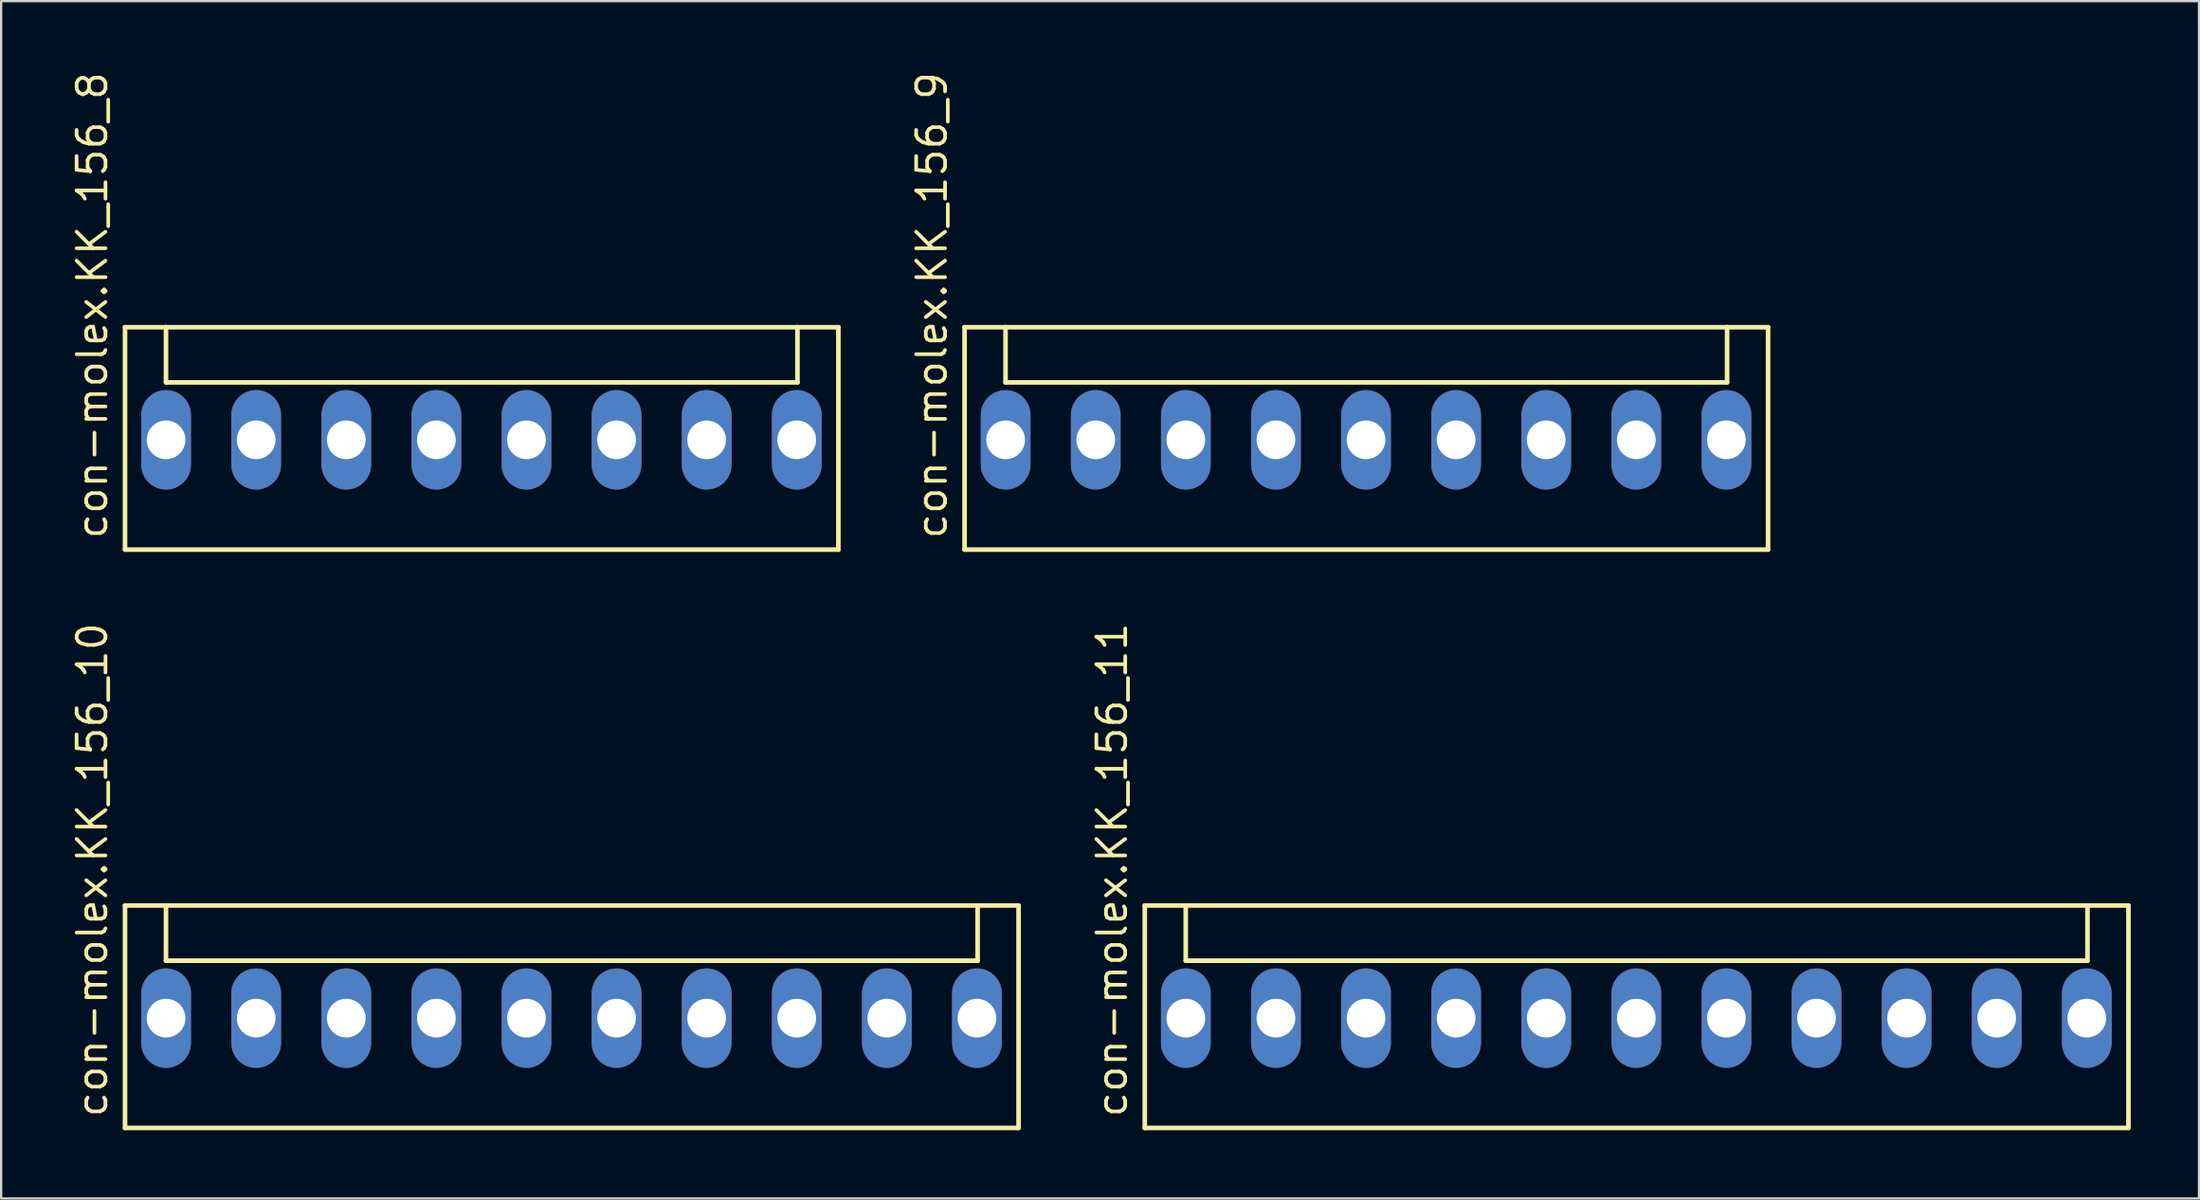
<source format=kicad_pcb>
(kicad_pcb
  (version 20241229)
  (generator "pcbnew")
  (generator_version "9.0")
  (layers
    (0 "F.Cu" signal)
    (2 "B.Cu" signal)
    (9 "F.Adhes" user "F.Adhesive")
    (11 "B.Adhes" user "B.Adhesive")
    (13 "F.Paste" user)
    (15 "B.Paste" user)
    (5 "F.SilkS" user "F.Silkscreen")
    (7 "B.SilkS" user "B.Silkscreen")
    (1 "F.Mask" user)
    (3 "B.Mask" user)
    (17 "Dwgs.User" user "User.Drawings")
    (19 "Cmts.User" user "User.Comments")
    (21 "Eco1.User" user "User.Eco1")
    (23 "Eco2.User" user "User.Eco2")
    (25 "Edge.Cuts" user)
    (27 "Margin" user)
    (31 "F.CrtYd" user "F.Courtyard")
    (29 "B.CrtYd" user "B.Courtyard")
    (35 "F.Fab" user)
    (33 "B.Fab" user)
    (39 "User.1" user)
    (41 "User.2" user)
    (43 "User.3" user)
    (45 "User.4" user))
  (footprint "con-molex.KK_156_8"
    (layer "F.Cu")
    (at 18.11 16.282)
    (property "Reference" "con-molex.KK_156_8" (at -16.36 4.445 90) (layer "F.SilkS") (effects (font (size 1.27 1.27) (thickness 0.16)) (justify left bottom)))
    (attr through_hole)
    (fp_line (start -15.665 -4.95) (end -15.665 4.825) (stroke (width 0.203) (type default)) (layer "F.SilkS"))
    (fp_line (start -15.665 4.825) (end 15.69 4.825) (stroke (width 0.203) (type default)) (layer "F.SilkS"))
    (fp_line (start -13.865 -4.95) (end -15.665 -4.95) (stroke (width 0.203) (type default)) (layer "F.SilkS"))
    (fp_line (start -13.865 -2.525) (end -13.865 -4.95) (stroke (width 0.203) (type default)) (layer "F.SilkS"))
    (fp_line (start -13.865 -2.525) (end 13.89 -2.525) (stroke (width 0.203) (type default)) (layer "F.SilkS"))
    (fp_line (start 13.89 -4.95) (end -13.865 -4.95) (stroke (width 0.203) (type default)) (layer "F.SilkS"))
    (fp_line (start 13.89 -2.525) (end 13.89 -4.95) (stroke (width 0.203) (type default)) (layer "F.SilkS"))
    (fp_line (start 15.69 -4.95) (end 13.89 -4.95) (stroke (width 0.203) (type default)) (layer "F.SilkS"))
    (fp_line (start 15.69 4.825) (end 15.69 -4.95) (stroke (width 0.203) (type default)) (layer "F.SilkS"))
    (pad "1" thru_hole oval (at -13.86 0 90) (size 4.369 2.184) (drill 1.7) (layers "*.Cu" "*.Mask"))
    (pad "2" thru_hole oval (at -9.9 0 90) (size 4.369 2.184) (drill 1.7) (layers "*.Cu" "*.Mask"))
    (pad "3" thru_hole oval (at -5.94 0 90) (size 4.369 2.184) (drill 1.7) (layers "*.Cu" "*.Mask"))
    (pad "4" thru_hole oval (at -1.98 0 90) (size 4.369 2.184) (drill 1.7) (layers "*.Cu" "*.Mask"))
    (pad "5" thru_hole oval (at 1.98 0 90) (size 4.369 2.184) (drill 1.7) (layers "*.Cu" "*.Mask"))
    (pad "6" thru_hole oval (at 5.94 0 90) (size 4.369 2.184) (drill 1.7) (layers "*.Cu" "*.Mask"))
    (pad "7" thru_hole oval (at 9.9 0 90) (size 4.369 2.184) (drill 1.7) (layers "*.Cu" "*.Mask"))
    (pad "8" thru_hole oval (at 13.86 0 90) (size 4.369 2.184) (drill 1.7) (layers "*.Cu" "*.Mask")))
  (footprint "con-molex.KK_156_11"
    (layer "F.Cu")
    (at 68.872 41.701)
    (property "Reference" "con-molex.KK_156_11" (at -22.3 4.445 90) (layer "F.SilkS") (effects (font (size 1.27 1.27) (thickness 0.16)) (justify left bottom)))
    (attr through_hole)
    (fp_line (start -21.605 -4.95) (end -21.605 4.825) (stroke (width 0.203) (type default)) (layer "F.SilkS"))
    (fp_line (start -21.605 4.825) (end 21.63 4.825) (stroke (width 0.203) (type default)) (layer "F.SilkS"))
    (fp_line (start -19.805 -4.95) (end -21.605 -4.95) (stroke (width 0.203) (type default)) (layer "F.SilkS"))
    (fp_line (start -19.805 -2.525) (end -19.805 -4.95) (stroke (width 0.203) (type default)) (layer "F.SilkS"))
    (fp_line (start -19.805 -2.525) (end 19.83 -2.525) (stroke (width 0.203) (type default)) (layer "F.SilkS"))
    (fp_line (start 19.83 -4.95) (end -19.805 -4.95) (stroke (width 0.203) (type default)) (layer "F.SilkS"))
    (fp_line (start 19.83 -2.525) (end 19.83 -4.95) (stroke (width 0.203) (type default)) (layer "F.SilkS"))
    (fp_line (start 21.63 -4.95) (end 19.83 -4.95) (stroke (width 0.203) (type default)) (layer "F.SilkS"))
    (fp_line (start 21.63 4.825) (end 21.63 -4.95) (stroke (width 0.203) (type default)) (layer "F.SilkS"))
    (pad "1" thru_hole oval (at -19.8 0 90) (size 4.369 2.184) (drill 1.7) (layers "*.Cu" "*.Mask"))
    (pad "2" thru_hole oval (at -15.84 0 90) (size 4.369 2.184) (drill 1.7) (layers "*.Cu" "*.Mask"))
    (pad "3" thru_hole oval (at -11.88 0 90) (size 4.369 2.184) (drill 1.7) (layers "*.Cu" "*.Mask"))
    (pad "4" thru_hole oval (at -7.92 0 90) (size 4.369 2.184) (drill 1.7) (layers "*.Cu" "*.Mask"))
    (pad "5" thru_hole oval (at -3.96 0 90) (size 4.369 2.184) (drill 1.7) (layers "*.Cu" "*.Mask"))
    (pad "6" thru_hole oval (at 0 0 90) (size 4.369 2.184) (drill 1.7) (layers "*.Cu" "*.Mask"))
    (pad "7" thru_hole oval (at 3.96 0 90) (size 4.369 2.184) (drill 1.7) (layers "*.Cu" "*.Mask"))
    (pad "8" thru_hole oval (at 7.92 0 90) (size 4.369 2.184) (drill 1.7) (layers "*.Cu" "*.Mask"))
    (pad "9" thru_hole oval (at 11.88 0 90) (size 4.369 2.184) (drill 1.7) (layers "*.Cu" "*.Mask"))
    (pad "10" thru_hole oval (at 15.84 0 90) (size 4.369 2.184) (drill 1.7) (layers "*.Cu" "*.Mask"))
    (pad "11" thru_hole oval (at 19.8 0 90) (size 4.369 2.184) (drill 1.7) (layers "*.Cu" "*.Mask")))
  (footprint "con-molex.KK_156_9"
    (layer "F.Cu")
    (at 56.992 16.282)
    (property "Reference" "con-molex.KK_156_9" (at -18.34 4.445 90) (layer "F.SilkS") (effects (font (size 1.27 1.27) (thickness 0.16)) (justify left bottom)))
    (attr through_hole)
    (fp_line (start -17.645 -4.95) (end -17.645 4.825) (stroke (width 0.203) (type default)) (layer "F.SilkS"))
    (fp_line (start -17.645 4.825) (end 17.67 4.825) (stroke (width 0.203) (type default)) (layer "F.SilkS"))
    (fp_line (start -15.845 -4.95) (end -17.645 -4.95) (stroke (width 0.203) (type default)) (layer "F.SilkS"))
    (fp_line (start -15.845 -2.525) (end -15.845 -4.95) (stroke (width 0.203) (type default)) (layer "F.SilkS"))
    (fp_line (start -15.845 -2.525) (end 15.87 -2.525) (stroke (width 0.203) (type default)) (layer "F.SilkS"))
    (fp_line (start 15.87 -4.95) (end -15.845 -4.95) (stroke (width 0.203) (type default)) (layer "F.SilkS"))
    (fp_line (start 15.87 -2.525) (end 15.87 -4.95) (stroke (width 0.203) (type default)) (layer "F.SilkS"))
    (fp_line (start 17.67 -4.95) (end 15.87 -4.95) (stroke (width 0.203) (type default)) (layer "F.SilkS"))
    (fp_line (start 17.67 4.825) (end 17.67 -4.95) (stroke (width 0.203) (type default)) (layer "F.SilkS"))
    (pad "1" thru_hole oval (at -15.84 0 90) (size 4.369 2.184) (drill 1.7) (layers "*.Cu" "*.Mask"))
    (pad "2" thru_hole oval (at -11.88 0 90) (size 4.369 2.184) (drill 1.7) (layers "*.Cu" "*.Mask"))
    (pad "3" thru_hole oval (at -7.92 0 90) (size 4.369 2.184) (drill 1.7) (layers "*.Cu" "*.Mask"))
    (pad "4" thru_hole oval (at -3.96 0 90) (size 4.369 2.184) (drill 1.7) (layers "*.Cu" "*.Mask"))
    (pad "5" thru_hole oval (at 0 0 90) (size 4.369 2.184) (drill 1.7) (layers "*.Cu" "*.Mask"))
    (pad "6" thru_hole oval (at 3.96 0 90) (size 4.369 2.184) (drill 1.7) (layers "*.Cu" "*.Mask"))
    (pad "7" thru_hole oval (at 7.92 0 90) (size 4.369 2.184) (drill 1.7) (layers "*.Cu" "*.Mask"))
    (pad "8" thru_hole oval (at 11.88 0 90) (size 4.369 2.184) (drill 1.7) (layers "*.Cu" "*.Mask"))
    (pad "9" thru_hole oval (at 15.84 0 90) (size 4.369 2.184) (drill 1.7) (layers "*.Cu" "*.Mask")))
  (footprint "con-molex.KK_156_10"
    (layer "F.Cu")
    (at 22.07 41.701)
    (property "Reference" "con-molex.KK_156_10" (at -20.32 4.445 90) (layer "F.SilkS") (effects (font (size 1.27 1.27) (thickness 0.16)) (justify left bottom)))
    (attr through_hole)
    (fp_line (start -19.625 -4.95) (end -19.625 4.825) (stroke (width 0.203) (type default)) (layer "F.SilkS"))
    (fp_line (start -19.625 4.825) (end 19.65 4.825) (stroke (width 0.203) (type default)) (layer "F.SilkS"))
    (fp_line (start -17.825 -4.95) (end -19.625 -4.95) (stroke (width 0.203) (type default)) (layer "F.SilkS"))
    (fp_line (start -17.825 -2.525) (end -17.825 -4.95) (stroke (width 0.203) (type default)) (layer "F.SilkS"))
    (fp_line (start -17.825 -2.525) (end 17.85 -2.525) (stroke (width 0.203) (type default)) (layer "F.SilkS"))
    (fp_line (start 17.85 -4.95) (end -17.825 -4.95) (stroke (width 0.203) (type default)) (layer "F.SilkS"))
    (fp_line (start 17.85 -2.525) (end 17.85 -4.95) (stroke (width 0.203) (type default)) (layer "F.SilkS"))
    (fp_line (start 19.65 -4.95) (end 17.85 -4.95) (stroke (width 0.203) (type default)) (layer "F.SilkS"))
    (fp_line (start 19.65 4.825) (end 19.65 -4.95) (stroke (width 0.203) (type default)) (layer "F.SilkS"))
    (pad "1" thru_hole oval (at -17.82 0 90) (size 4.369 2.184) (drill 1.7) (layers "*.Cu" "*.Mask"))
    (pad "2" thru_hole oval (at -13.86 0 90) (size 4.369 2.184) (drill 1.7) (layers "*.Cu" "*.Mask"))
    (pad "3" thru_hole oval (at -9.9 0 90) (size 4.369 2.184) (drill 1.7) (layers "*.Cu" "*.Mask"))
    (pad "4" thru_hole oval (at -5.94 0 90) (size 4.369 2.184) (drill 1.7) (layers "*.Cu" "*.Mask"))
    (pad "5" thru_hole oval (at -1.98 0 90) (size 4.369 2.184) (drill 1.7) (layers "*.Cu" "*.Mask"))
    (pad "6" thru_hole oval (at 1.98 0 90) (size 4.369 2.184) (drill 1.7) (layers "*.Cu" "*.Mask"))
    (pad "7" thru_hole oval (at 5.94 0 90) (size 4.369 2.184) (drill 1.7) (layers "*.Cu" "*.Mask"))
    (pad "8" thru_hole oval (at 9.9 0 90) (size 4.369 2.184) (drill 1.7) (layers "*.Cu" "*.Mask"))
    (pad "9" thru_hole oval (at 13.86 0 90) (size 4.369 2.184) (drill 1.7) (layers "*.Cu" "*.Mask"))
    (pad "10" thru_hole oval (at 17.82 0 90) (size 4.369 2.184) (drill 1.7) (layers "*.Cu" "*.Mask")))
  (gr_rect
    (start -3 -3)
    (end 93.603 49.628)
    (stroke (width 0.1) (type default))
    (fill no)
    (layer "Edge.Cuts")))
</source>
